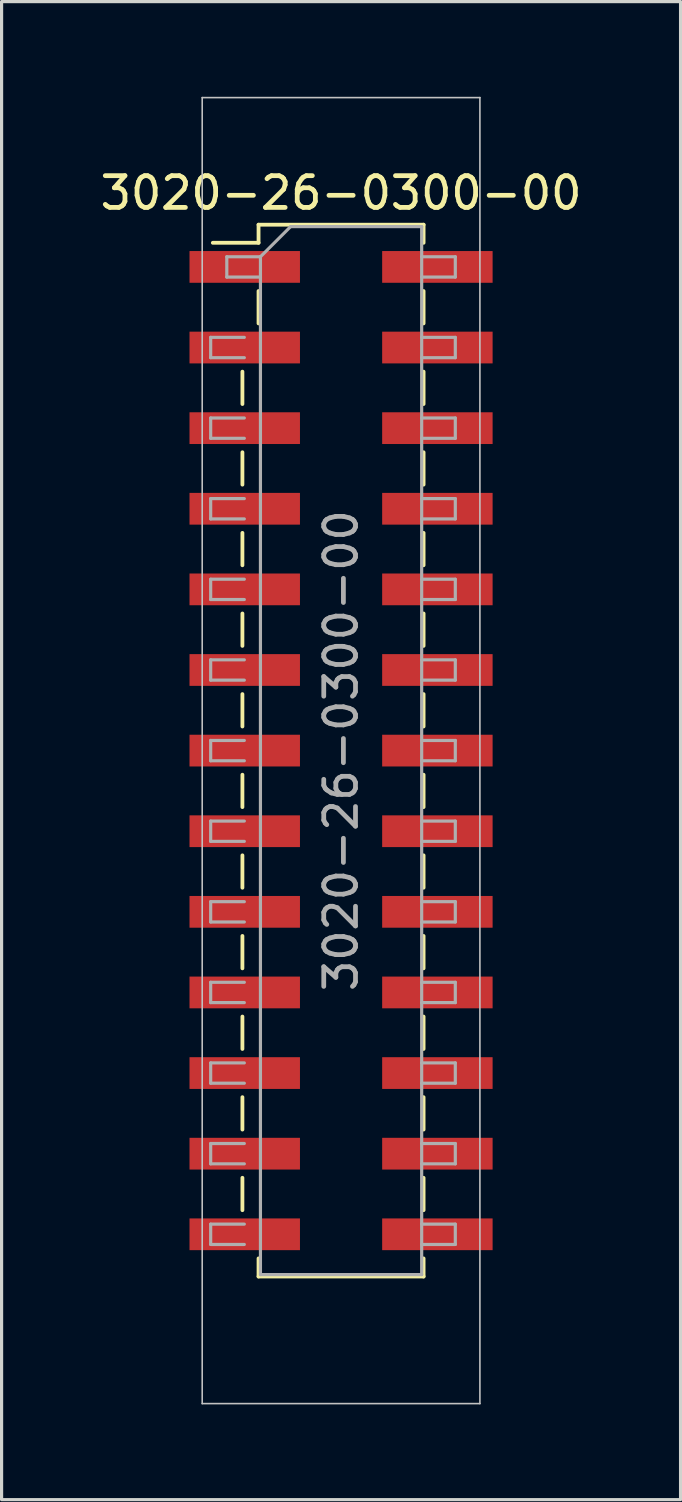
<source format=kicad_pcb>
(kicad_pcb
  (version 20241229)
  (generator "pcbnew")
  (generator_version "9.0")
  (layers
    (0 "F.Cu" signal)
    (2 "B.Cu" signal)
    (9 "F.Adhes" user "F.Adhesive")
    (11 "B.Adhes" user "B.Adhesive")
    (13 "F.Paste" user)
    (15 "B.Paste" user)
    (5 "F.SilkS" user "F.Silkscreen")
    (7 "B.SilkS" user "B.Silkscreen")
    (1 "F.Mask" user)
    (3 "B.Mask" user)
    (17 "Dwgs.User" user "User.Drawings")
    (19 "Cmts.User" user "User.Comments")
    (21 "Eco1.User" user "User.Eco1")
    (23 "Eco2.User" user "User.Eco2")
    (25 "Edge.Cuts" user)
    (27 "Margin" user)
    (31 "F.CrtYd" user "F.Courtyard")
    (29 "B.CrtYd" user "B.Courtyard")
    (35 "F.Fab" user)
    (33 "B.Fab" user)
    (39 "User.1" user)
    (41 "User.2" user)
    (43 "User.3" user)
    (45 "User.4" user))
  (footprint "3020-26-0300-00"
    (layer "F.Cu")
    (at 7.696 20.6)
    (property "Reference" "3020-26-0300-00" (at 0 -17.57 0) (layer "F.SilkS") (effects (font (size 1 1) (thickness 0.15))))
    (attr smd)
    (fp_line (start -4.04 -16) (end -2.6 -16) (stroke (width 0.12) (type solid)) (layer "F.SilkS"))
    (fp_line (start -3.108 -11.94) (end -3.108 -10.92) (stroke (width 0.12) (type solid)) (layer "F.SilkS"))
    (fp_line (start -3.108 -9.4) (end -3.108 -8.38) (stroke (width 0.12) (type solid)) (layer "F.SilkS"))
    (fp_line (start -3.108 -6.86) (end -3.108 -5.84) (stroke (width 0.12) (type solid)) (layer "F.SilkS"))
    (fp_line (start -3.108 -4.32) (end -3.108 -3.3) (stroke (width 0.12) (type solid)) (layer "F.SilkS"))
    (fp_line (start -3.108 -1.78) (end -3.108 -0.76) (stroke (width 0.12) (type solid)) (layer "F.SilkS"))
    (fp_line (start -3.108 0.76) (end -3.108 1.78) (stroke (width 0.12) (type solid)) (layer "F.SilkS"))
    (fp_line (start -3.108 3.3) (end -3.108 4.32) (stroke (width 0.12) (type solid)) (layer "F.SilkS"))
    (fp_line (start -3.108 5.84) (end -3.108 6.86) (stroke (width 0.12) (type solid)) (layer "F.SilkS"))
    (fp_line (start -3.108 8.38) (end -3.108 9.4) (stroke (width 0.12) (type solid)) (layer "F.SilkS"))
    (fp_line (start -3.108 10.92) (end -3.108 11.94) (stroke (width 0.12) (type solid)) (layer "F.SilkS"))
    (fp_line (start -3.108 13.46) (end -3.108 14.48) (stroke (width 0.12) (type solid)) (layer "F.SilkS"))
    (fp_line (start -2.6 -16.57) (end -2.6 -16) (stroke (width 0.12) (type solid)) (layer "F.SilkS"))
    (fp_line (start -2.6 -16.57) (end 2.6 -16.57) (stroke (width 0.12) (type solid)) (layer "F.SilkS"))
    (fp_line (start -2.6 -14.48) (end -2.6 -13.46) (stroke (width 0.12) (type solid)) (layer "F.SilkS"))
    (fp_line (start -2.6 16) (end -2.6 16.57) (stroke (width 0.12) (type solid)) (layer "F.SilkS"))
    (fp_line (start -2.6 16.57) (end 2.6 16.57) (stroke (width 0.12) (type solid)) (layer "F.SilkS"))
    (fp_line (start 2.6 -16.57) (end 2.6 -16) (stroke (width 0.12) (type solid)) (layer "F.SilkS"))
    (fp_line (start 2.6 -14.48) (end 2.6 -13.46) (stroke (width 0.12) (type solid)) (layer "F.SilkS"))
    (fp_line (start 2.6 -11.94) (end 2.6 -10.92) (stroke (width 0.12) (type solid)) (layer "F.SilkS"))
    (fp_line (start 2.6 -9.4) (end 2.6 -8.38) (stroke (width 0.12) (type solid)) (layer "F.SilkS"))
    (fp_line (start 2.6 -6.86) (end 2.6 -5.84) (stroke (width 0.12) (type solid)) (layer "F.SilkS"))
    (fp_line (start 2.6 -4.32) (end 2.6 -3.3) (stroke (width 0.12) (type solid)) (layer "F.SilkS"))
    (fp_line (start 2.6 -1.78) (end 2.6 -0.76) (stroke (width 0.12) (type solid)) (layer "F.SilkS"))
    (fp_line (start 2.6 0.76) (end 2.6 1.78) (stroke (width 0.12) (type solid)) (layer "F.SilkS"))
    (fp_line (start 2.6 3.3) (end 2.6 4.32) (stroke (width 0.12) (type solid)) (layer "F.SilkS"))
    (fp_line (start 2.6 5.84) (end 2.6 6.86) (stroke (width 0.12) (type solid)) (layer "F.SilkS"))
    (fp_line (start 2.6 8.38) (end 2.6 9.4) (stroke (width 0.12) (type solid)) (layer "F.SilkS"))
    (fp_line (start 2.6 10.92) (end 2.6 11.94) (stroke (width 0.12) (type solid)) (layer "F.SilkS"))
    (fp_line (start 2.6 13.46) (end 2.6 14.48) (stroke (width 0.12) (type solid)) (layer "F.SilkS"))
    (fp_line (start 2.6 16) (end 2.6 16.57) (stroke (width 0.12) (type solid)) (layer "F.SilkS"))
    (fp_line (start -4.375 -20.575) (end -4.375 20.575) (stroke (width 0.05) (type solid)) (layer "Dwgs.User"))
    (fp_line (start -4.375 -20.575) (end 4.375 -20.575) (stroke (width 0.05) (type solid)) (layer "Dwgs.User"))
    (fp_line (start -4.375 20.575) (end 4.375 20.575) (stroke (width 0.05) (type solid)) (layer "Dwgs.User"))
    (fp_line (start 4.375 20.575) (end 4.375 -20.575) (stroke (width 0.05) (type solid)) (layer "Dwgs.User"))
    (fp_line (start -4.108 -13.02) (end -4.108 -12.38) (stroke (width 0.1) (type solid)) (layer "F.Fab"))
    (fp_line (start -4.108 -12.38) (end -3.048 -12.38) (stroke (width 0.1) (type solid)) (layer "F.Fab"))
    (fp_line (start -4.108 -10.48) (end -4.108 -9.84) (stroke (width 0.1) (type solid)) (layer "F.Fab"))
    (fp_line (start -4.108 -9.84) (end -3.048 -9.84) (stroke (width 0.1) (type solid)) (layer "F.Fab"))
    (fp_line (start -4.108 -7.94) (end -4.108 -7.3) (stroke (width 0.1) (type solid)) (layer "F.Fab"))
    (fp_line (start -4.108 -7.3) (end -3.048 -7.3) (stroke (width 0.1) (type solid)) (layer "F.Fab"))
    (fp_line (start -4.108 -5.4) (end -4.108 -4.76) (stroke (width 0.1) (type solid)) (layer "F.Fab"))
    (fp_line (start -4.108 -4.76) (end -3.048 -4.76) (stroke (width 0.1) (type solid)) (layer "F.Fab"))
    (fp_line (start -4.108 -2.86) (end -4.108 -2.22) (stroke (width 0.1) (type solid)) (layer "F.Fab"))
    (fp_line (start -4.108 -2.22) (end -3.048 -2.22) (stroke (width 0.1) (type solid)) (layer "F.Fab"))
    (fp_line (start -4.108 -0.32) (end -4.108 0.32) (stroke (width 0.1) (type solid)) (layer "F.Fab"))
    (fp_line (start -4.108 0.32) (end -3.048 0.32) (stroke (width 0.1) (type solid)) (layer "F.Fab"))
    (fp_line (start -4.108 2.22) (end -4.108 2.86) (stroke (width 0.1) (type solid)) (layer "F.Fab"))
    (fp_line (start -4.108 2.86) (end -3.048 2.86) (stroke (width 0.1) (type solid)) (layer "F.Fab"))
    (fp_line (start -4.108 4.76) (end -4.108 5.4) (stroke (width 0.1) (type solid)) (layer "F.Fab"))
    (fp_line (start -4.108 5.4) (end -3.048 5.4) (stroke (width 0.1) (type solid)) (layer "F.Fab"))
    (fp_line (start -4.108 7.3) (end -4.108 7.94) (stroke (width 0.1) (type solid)) (layer "F.Fab"))
    (fp_line (start -4.108 7.94) (end -3.048 7.94) (stroke (width 0.1) (type solid)) (layer "F.Fab"))
    (fp_line (start -4.108 9.84) (end -4.108 10.48) (stroke (width 0.1) (type solid)) (layer "F.Fab"))
    (fp_line (start -4.108 10.48) (end -3.048 10.48) (stroke (width 0.1) (type solid)) (layer "F.Fab"))
    (fp_line (start -4.108 12.38) (end -4.108 13.02) (stroke (width 0.1) (type solid)) (layer "F.Fab"))
    (fp_line (start -4.108 13.02) (end -3.048 13.02) (stroke (width 0.1) (type solid)) (layer "F.Fab"))
    (fp_line (start -4.108 14.92) (end -4.108 15.56) (stroke (width 0.1) (type solid)) (layer "F.Fab"))
    (fp_line (start -4.108 15.56) (end -3.048 15.56) (stroke (width 0.1) (type solid)) (layer "F.Fab"))
    (fp_line (start -3.6 -15.56) (end -3.6 -14.92) (stroke (width 0.1) (type solid)) (layer "F.Fab"))
    (fp_line (start -3.6 -14.92) (end -2.54 -14.92) (stroke (width 0.1) (type solid)) (layer "F.Fab"))
    (fp_line (start -3.048 -13.02) (end -4.108 -13.02) (stroke (width 0.1) (type solid)) (layer "F.Fab"))
    (fp_line (start -3.048 -10.48) (end -4.108 -10.48) (stroke (width 0.1) (type solid)) (layer "F.Fab"))
    (fp_line (start -3.048 -7.94) (end -4.108 -7.94) (stroke (width 0.1) (type solid)) (layer "F.Fab"))
    (fp_line (start -3.048 -5.4) (end -4.108 -5.4) (stroke (width 0.1) (type solid)) (layer "F.Fab"))
    (fp_line (start -3.048 -2.86) (end -4.108 -2.86) (stroke (width 0.1) (type solid)) (layer "F.Fab"))
    (fp_line (start -3.048 -0.32) (end -4.108 -0.32) (stroke (width 0.1) (type solid)) (layer "F.Fab"))
    (fp_line (start -3.048 2.22) (end -4.108 2.22) (stroke (width 0.1) (type solid)) (layer "F.Fab"))
    (fp_line (start -3.048 4.76) (end -4.108 4.76) (stroke (width 0.1) (type solid)) (layer "F.Fab"))
    (fp_line (start -3.048 7.3) (end -4.108 7.3) (stroke (width 0.1) (type solid)) (layer "F.Fab"))
    (fp_line (start -3.048 9.84) (end -4.108 9.84) (stroke (width 0.1) (type solid)) (layer "F.Fab"))
    (fp_line (start -3.048 12.38) (end -4.108 12.38) (stroke (width 0.1) (type solid)) (layer "F.Fab"))
    (fp_line (start -3.048 14.92) (end -4.108 14.92) (stroke (width 0.1) (type solid)) (layer "F.Fab"))
    (fp_line (start -2.54 -15.56) (end -3.6 -15.56) (stroke (width 0.1) (type solid)) (layer "F.Fab"))
    (fp_line (start -2.54 -15.56) (end -1.59 -16.51) (stroke (width 0.1) (type solid)) (layer "F.Fab"))
    (fp_line (start -2.54 16.51) (end -2.54 -15.56) (stroke (width 0.1) (type solid)) (layer "F.Fab"))
    (fp_line (start -1.59 -16.51) (end 2.54 -16.51) (stroke (width 0.1) (type solid)) (layer "F.Fab"))
    (fp_line (start 2.54 -16.51) (end 2.54 16.51) (stroke (width 0.1) (type solid)) (layer "F.Fab"))
    (fp_line (start 2.54 -15.56) (end 3.6 -15.56) (stroke (width 0.1) (type solid)) (layer "F.Fab"))
    (fp_line (start 2.54 -13.02) (end 3.6 -13.02) (stroke (width 0.1) (type solid)) (layer "F.Fab"))
    (fp_line (start 2.54 -10.48) (end 3.6 -10.48) (stroke (width 0.1) (type solid)) (layer "F.Fab"))
    (fp_line (start 2.54 -7.94) (end 3.6 -7.94) (stroke (width 0.1) (type solid)) (layer "F.Fab"))
    (fp_line (start 2.54 -5.4) (end 3.6 -5.4) (stroke (width 0.1) (type solid)) (layer "F.Fab"))
    (fp_line (start 2.54 -2.86) (end 3.6 -2.86) (stroke (width 0.1) (type solid)) (layer "F.Fab"))
    (fp_line (start 2.54 -0.32) (end 3.6 -0.32) (stroke (width 0.1) (type solid)) (layer "F.Fab"))
    (fp_line (start 2.54 2.22) (end 3.6 2.22) (stroke (width 0.1) (type solid)) (layer "F.Fab"))
    (fp_line (start 2.54 4.76) (end 3.6 4.76) (stroke (width 0.1) (type solid)) (layer "F.Fab"))
    (fp_line (start 2.54 7.3) (end 3.6 7.3) (stroke (width 0.1) (type solid)) (layer "F.Fab"))
    (fp_line (start 2.54 9.84) (end 3.6 9.84) (stroke (width 0.1) (type solid)) (layer "F.Fab"))
    (fp_line (start 2.54 12.38) (end 3.6 12.38) (stroke (width 0.1) (type solid)) (layer "F.Fab"))
    (fp_line (start 2.54 14.92) (end 3.6 14.92) (stroke (width 0.1) (type solid)) (layer "F.Fab"))
    (fp_line (start 2.54 16.51) (end -2.54 16.51) (stroke (width 0.1) (type solid)) (layer "F.Fab"))
    (fp_line (start 3.6 -15.56) (end 3.6 -14.92) (stroke (width 0.1) (type solid)) (layer "F.Fab"))
    (fp_line (start 3.6 -14.92) (end 2.54 -14.92) (stroke (width 0.1) (type solid)) (layer "F.Fab"))
    (fp_line (start 3.6 -13.02) (end 3.6 -12.38) (stroke (width 0.1) (type solid)) (layer "F.Fab"))
    (fp_line (start 3.6 -12.38) (end 2.54 -12.38) (stroke (width 0.1) (type solid)) (layer "F.Fab"))
    (fp_line (start 3.6 -10.48) (end 3.6 -9.84) (stroke (width 0.1) (type solid)) (layer "F.Fab"))
    (fp_line (start 3.6 -9.84) (end 2.54 -9.84) (stroke (width 0.1) (type solid)) (layer "F.Fab"))
    (fp_line (start 3.6 -7.94) (end 3.6 -7.3) (stroke (width 0.1) (type solid)) (layer "F.Fab"))
    (fp_line (start 3.6 -7.3) (end 2.54 -7.3) (stroke (width 0.1) (type solid)) (layer "F.Fab"))
    (fp_line (start 3.6 -5.4) (end 3.6 -4.76) (stroke (width 0.1) (type solid)) (layer "F.Fab"))
    (fp_line (start 3.6 -4.76) (end 2.54 -4.76) (stroke (width 0.1) (type solid)) (layer "F.Fab"))
    (fp_line (start 3.6 -2.86) (end 3.6 -2.22) (stroke (width 0.1) (type solid)) (layer "F.Fab"))
    (fp_line (start 3.6 -2.22) (end 2.54 -2.22) (stroke (width 0.1) (type solid)) (layer "F.Fab"))
    (fp_line (start 3.6 -0.32) (end 3.6 0.32) (stroke (width 0.1) (type solid)) (layer "F.Fab"))
    (fp_line (start 3.6 0.32) (end 2.54 0.32) (stroke (width 0.1) (type solid)) (layer "F.Fab"))
    (fp_line (start 3.6 2.22) (end 3.6 2.86) (stroke (width 0.1) (type solid)) (layer "F.Fab"))
    (fp_line (start 3.6 2.86) (end 2.54 2.86) (stroke (width 0.1) (type solid)) (layer "F.Fab"))
    (fp_line (start 3.6 4.76) (end 3.6 5.4) (stroke (width 0.1) (type solid)) (layer "F.Fab"))
    (fp_line (start 3.6 5.4) (end 2.54 5.4) (stroke (width 0.1) (type solid)) (layer "F.Fab"))
    (fp_line (start 3.6 7.3) (end 3.6 7.94) (stroke (width 0.1) (type solid)) (layer "F.Fab"))
    (fp_line (start 3.6 7.94) (end 2.54 7.94) (stroke (width 0.1) (type solid)) (layer "F.Fab"))
    (fp_line (start 3.6 9.84) (end 3.6 10.48) (stroke (width 0.1) (type solid)) (layer "F.Fab"))
    (fp_line (start 3.6 10.48) (end 2.54 10.48) (stroke (width 0.1) (type solid)) (layer "F.Fab"))
    (fp_line (start 3.6 12.38) (end 3.6 13.02) (stroke (width 0.1) (type solid)) (layer "F.Fab"))
    (fp_line (start 3.6 13.02) (end 2.54 13.02) (stroke (width 0.1) (type solid)) (layer "F.Fab"))
    (fp_line (start 3.6 14.92) (end 3.6 15.56) (stroke (width 0.1) (type solid)) (layer "F.Fab"))
    (fp_line (start 3.6 15.56) (end 2.54 15.56) (stroke (width 0.1) (type solid)) (layer "F.Fab"))
    (fp_text user "${REFERENCE}" (at 0 0 90) (layer "F.Fab") (effects (font (size 1 1) (thickness 0.15))))
    (pad "1" smd rect (at -3.035 -15.24) (size 3.48 1) (layers "F.Cu" "F.Mask" "F.Paste"))
    (pad "2" smd rect (at -3.035 -12.7) (size 3.48 1) (layers "F.Cu" "F.Mask" "F.Paste"))
    (pad "3" smd rect (at -3.035 -10.16) (size 3.48 1) (layers "F.Cu" "F.Mask" "F.Paste"))
    (pad "4" smd rect (at -3.035 -7.62) (size 3.48 1) (layers "F.Cu" "F.Mask" "F.Paste"))
    (pad "5" smd rect (at -3.035 -5.08) (size 3.48 1) (layers "F.Cu" "F.Mask" "F.Paste"))
    (pad "6" smd rect (at -3.035 -2.54) (size 3.48 1) (layers "F.Cu" "F.Mask" "F.Paste"))
    (pad "7" smd rect (at -3.035 0) (size 3.48 1) (layers "F.Cu" "F.Mask" "F.Paste"))
    (pad "8" smd rect (at -3.035 2.54) (size 3.48 1) (layers "F.Cu" "F.Mask" "F.Paste"))
    (pad "9" smd rect (at -3.035 5.08) (size 3.48 1) (layers "F.Cu" "F.Mask" "F.Paste"))
    (pad "10" smd rect (at -3.035 7.62) (size 3.48 1) (layers "F.Cu" "F.Mask" "F.Paste"))
    (pad "11" smd rect (at -3.035 10.16) (size 3.48 1) (layers "F.Cu" "F.Mask" "F.Paste"))
    (pad "12" smd rect (at -3.035 12.7) (size 3.48 1) (layers "F.Cu" "F.Mask" "F.Paste"))
    (pad "13" smd rect (at -3.035 15.24) (size 3.48 1) (layers "F.Cu" "F.Mask" "F.Paste"))
    (pad "14" smd rect (at 3.035 -15.24) (size 3.48 1) (layers "F.Cu" "F.Mask" "F.Paste"))
    (pad "15" smd rect (at 3.035 -12.7) (size 3.48 1) (layers "F.Cu" "F.Mask" "F.Paste"))
    (pad "16" smd rect (at 3.035 -10.16) (size 3.48 1) (layers "F.Cu" "F.Mask" "F.Paste"))
    (pad "17" smd rect (at 3.035 -7.62) (size 3.48 1) (layers "F.Cu" "F.Mask" "F.Paste"))
    (pad "18" smd rect (at 3.035 -5.08) (size 3.48 1) (layers "F.Cu" "F.Mask" "F.Paste"))
    (pad "19" smd rect (at 3.035 -2.54) (size 3.48 1) (layers "F.Cu" "F.Mask" "F.Paste"))
    (pad "20" smd rect (at 3.035 0) (size 3.48 1) (layers "F.Cu" "F.Mask" "F.Paste"))
    (pad "21" smd rect (at 3.035 2.54) (size 3.48 1) (layers "F.Cu" "F.Mask" "F.Paste"))
    (pad "22" smd rect (at 3.035 5.08) (size 3.48 1) (layers "F.Cu" "F.Mask" "F.Paste"))
    (pad "23" smd rect (at 3.035 7.62) (size 3.48 1) (layers "F.Cu" "F.Mask" "F.Paste"))
    (pad "24" smd rect (at 3.035 10.16) (size 3.48 1) (layers "F.Cu" "F.Mask" "F.Paste"))
    (pad "25" smd rect (at 3.035 12.7) (size 3.48 1) (layers "F.Cu" "F.Mask" "F.Paste"))
    (pad "26" smd rect (at 3.035 15.24) (size 3.48 1) (layers "F.Cu" "F.Mask" "F.Paste")))
  (gr_rect
    (start -3 -3)
    (end 18.393 44.2)
    (stroke (width 0.1) (type default))
    (fill no)
    (layer "Edge.Cuts")))
</source>
